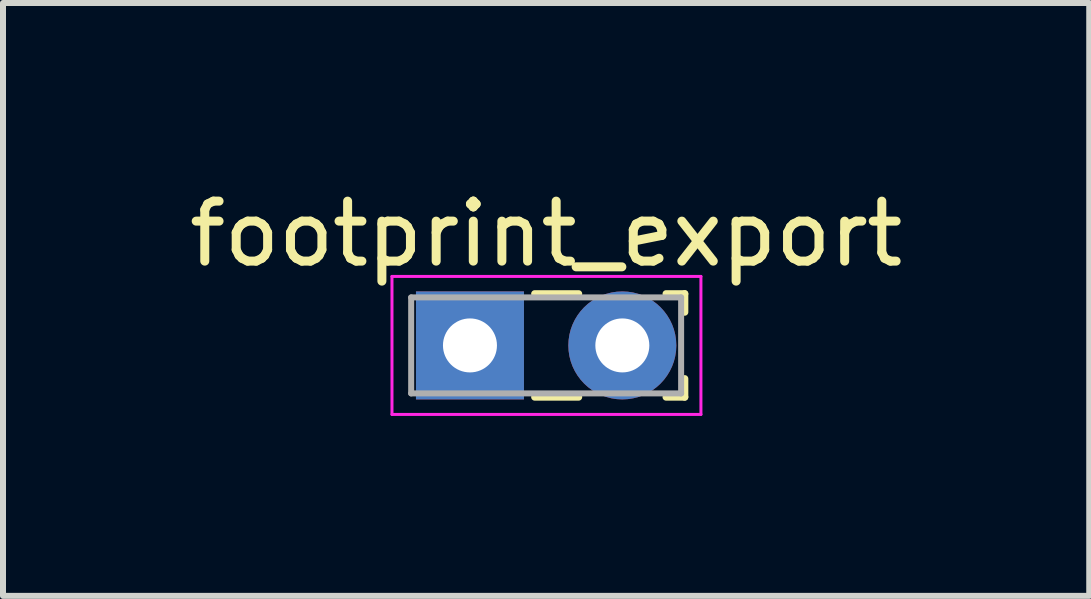
<source format=kicad_pcb>
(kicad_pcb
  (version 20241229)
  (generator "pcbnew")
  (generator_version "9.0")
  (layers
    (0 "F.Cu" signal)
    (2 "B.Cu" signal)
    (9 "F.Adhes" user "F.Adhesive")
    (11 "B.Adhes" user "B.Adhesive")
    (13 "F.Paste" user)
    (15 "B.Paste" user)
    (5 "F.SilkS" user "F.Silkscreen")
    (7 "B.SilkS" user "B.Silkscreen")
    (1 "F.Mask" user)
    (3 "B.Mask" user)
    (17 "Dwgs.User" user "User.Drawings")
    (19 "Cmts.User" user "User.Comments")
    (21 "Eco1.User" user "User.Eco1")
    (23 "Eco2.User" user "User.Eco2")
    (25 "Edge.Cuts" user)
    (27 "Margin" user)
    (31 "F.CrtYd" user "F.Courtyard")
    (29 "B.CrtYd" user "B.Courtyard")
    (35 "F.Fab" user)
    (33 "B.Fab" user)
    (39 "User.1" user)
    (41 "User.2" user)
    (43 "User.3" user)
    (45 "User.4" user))
  (footprint "footprint_export"
    (layer "F.Cu")
    (at 4.784 2.708)
    (property "Reference" "footprint_export" (at 1.27 -1.86 0) (layer "F.SilkS") (effects (font (size 1 1) (thickness 0.15))))
    (attr through_hole)
    (fp_line (start 1.08 -0.861) (end 1.811 -0.861) (stroke (width 0.12) (type solid)) (layer "F.SilkS"))
    (fp_line (start 1.08 0.861) (end 1.811 0.861) (stroke (width 0.12) (type solid)) (layer "F.SilkS"))
    (fp_line (start 3.27 -0.861) (end 3.58 -0.861) (stroke (width 0.12) (type solid)) (layer "F.SilkS"))
    (fp_line (start 3.27 0.861) (end 3.58 0.861) (stroke (width 0.12) (type solid)) (layer "F.SilkS"))
    (fp_line (start 3.58 -0.861) (end 3.58 -0.555) (stroke (width 0.12) (type solid)) (layer "F.SilkS"))
    (fp_line (start 3.58 0.555) (end 3.58 0.861) (stroke (width 0.12) (type solid)) (layer "F.SilkS"))
    (fp_line (start -1.3 -1.15) (end -1.3 1.15) (stroke (width 0.05) (type solid)) (layer "F.CrtYd"))
    (fp_line (start -1.3 1.15) (end 3.85 1.15) (stroke (width 0.05) (type solid)) (layer "F.CrtYd"))
    (fp_line (start 3.85 -1.15) (end -1.3 -1.15) (stroke (width 0.05) (type solid)) (layer "F.CrtYd"))
    (fp_line (start 3.85 1.15) (end 3.85 -1.15) (stroke (width 0.05) (type solid)) (layer "F.CrtYd"))
    (fp_line (start -0.98 -0.8) (end -0.98 0.8) (stroke (width 0.1) (type solid)) (layer "F.Fab"))
    (fp_line (start -0.98 0.8) (end 3.52 0.8) (stroke (width 0.1) (type solid)) (layer "F.Fab"))
    (fp_line (start 3.52 -0.8) (end -0.98 -0.8) (stroke (width 0.1) (type solid)) (layer "F.Fab"))
    (fp_line (start 3.52 0.8) (end 3.52 -0.8) (stroke (width 0.1) (type solid)) (layer "F.Fab"))
    (pad "1" thru_hole rect (at 0 0) (size 1.8 1.8) (drill 0.9) (layers "*.Cu" "*.Mask"))
    (pad "2" thru_hole circle (at 2.54 0) (size 1.8 1.8) (drill 0.9) (layers "*.Cu" "*.Mask")))
  (gr_rect
    (start -3 -3)
    (end 15.107 6.883)
    (stroke (width 0.1) (type default))
    (fill no)
    (layer "Edge.Cuts")))
</source>
